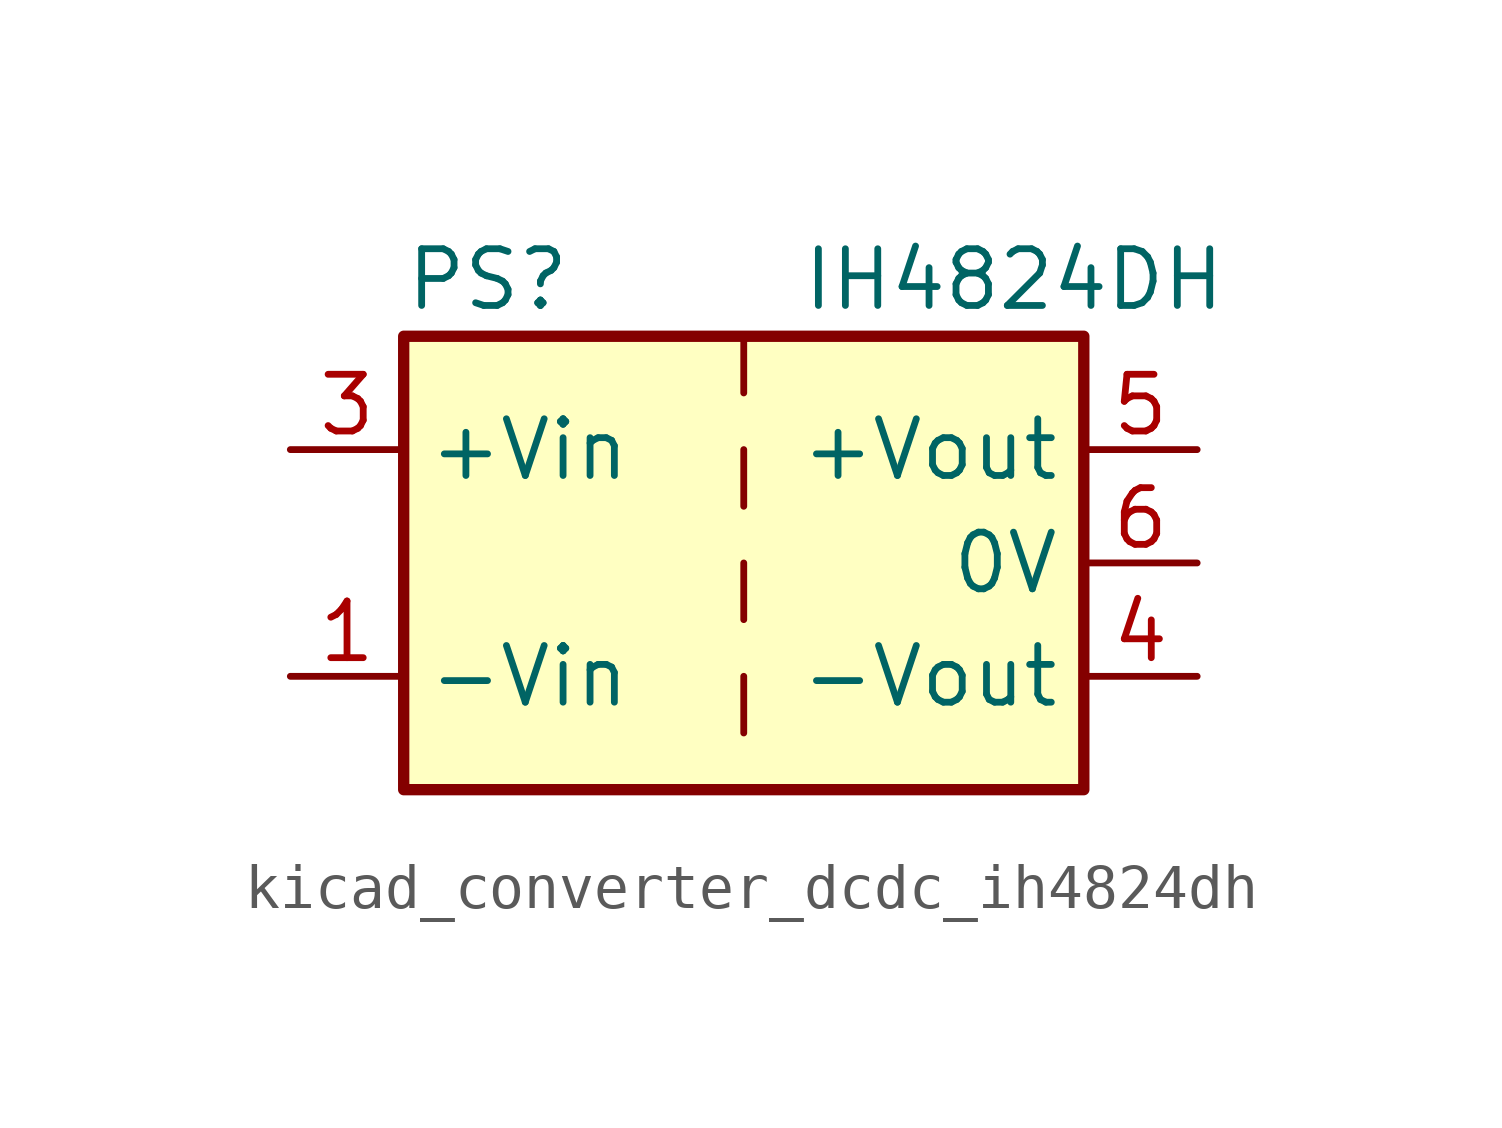
<source format=kicad_sym>
(kicad_symbol_lib
  (version 20220914)
  (generator kicad_symbol_editor)
  (symbol "kicad_converter_dcdc_ih4824dh"
    (property "Reference" "PS"
      (at -7.62 6.35 0)
      (effects (font (size 1.27 1.27)) (justify left)))
    (property "Value" "IH4824DH"
      (at 1.27 6.35 0)
      (effects (font (size 1.27 1.27)) (justify left)))
    (symbol "kicad_converter_dcdc_ih4824dh_0_0"
      (pin power_in line (at -10.16 -2.54 0) (length 2.54) (name "-Vin" (effects (font (size 1.27 1.27)))) (number "1" (effects (font (size 1.27 1.27)))))
      (pin power_in line (at -10.16 2.54 0) (length 2.54) (name "+Vin" (effects (font (size 1.27 1.27)))) (number "3" (effects (font (size 1.27 1.27)))))
      (pin power_out line (at 10.16 -2.54 180) (length 2.54) (name "-Vout" (effects (font (size 1.27 1.27)))) (number "4" (effects (font (size 1.27 1.27)))))
      (pin power_out line (at 10.16 2.54 180) (length 2.54) (name "+Vout" (effects (font (size 1.27 1.27)))) (number "5" (effects (font (size 1.27 1.27)))))
      (pin power_out line (at 10.16 0 180) (length 2.54) (name "0V" (effects (font (size 1.27 1.27)))) (number "6" (effects (font (size 1.27 1.27))))))
    (symbol "kicad_converter_dcdc_ih4824dh_0_1"
      (rectangle (start -7.62 5.08) (end 7.62 -5.08) (stroke (width 0.254) (type default)) (fill (type background)))
      (polyline (pts (xy 0 -2.54) (xy 0 -3.81)) (stroke (width 0) (type default)) (fill (type none)))
      (polyline (pts (xy 0 0) (xy 0 -1.27)) (stroke (width 0) (type default)) (fill (type none)))
      (polyline (pts (xy 0 2.54) (xy 0 1.27)) (stroke (width 0) (type default)) (fill (type none)))
      (polyline (pts (xy 0 5.08) (xy 0 3.81)) (stroke (width 0) (type default)) (fill (type none))))
    (symbol "kicad_converter_dcdc_ih4824dh_1_1"
      (pin no_connect line (at 0 -5.08 90) (length 2.54) hide (name "NC" (effects (font (size 1.27 1.27)))) (number "2" (effects (font (size 1.27 1.27))))))))
</source>
